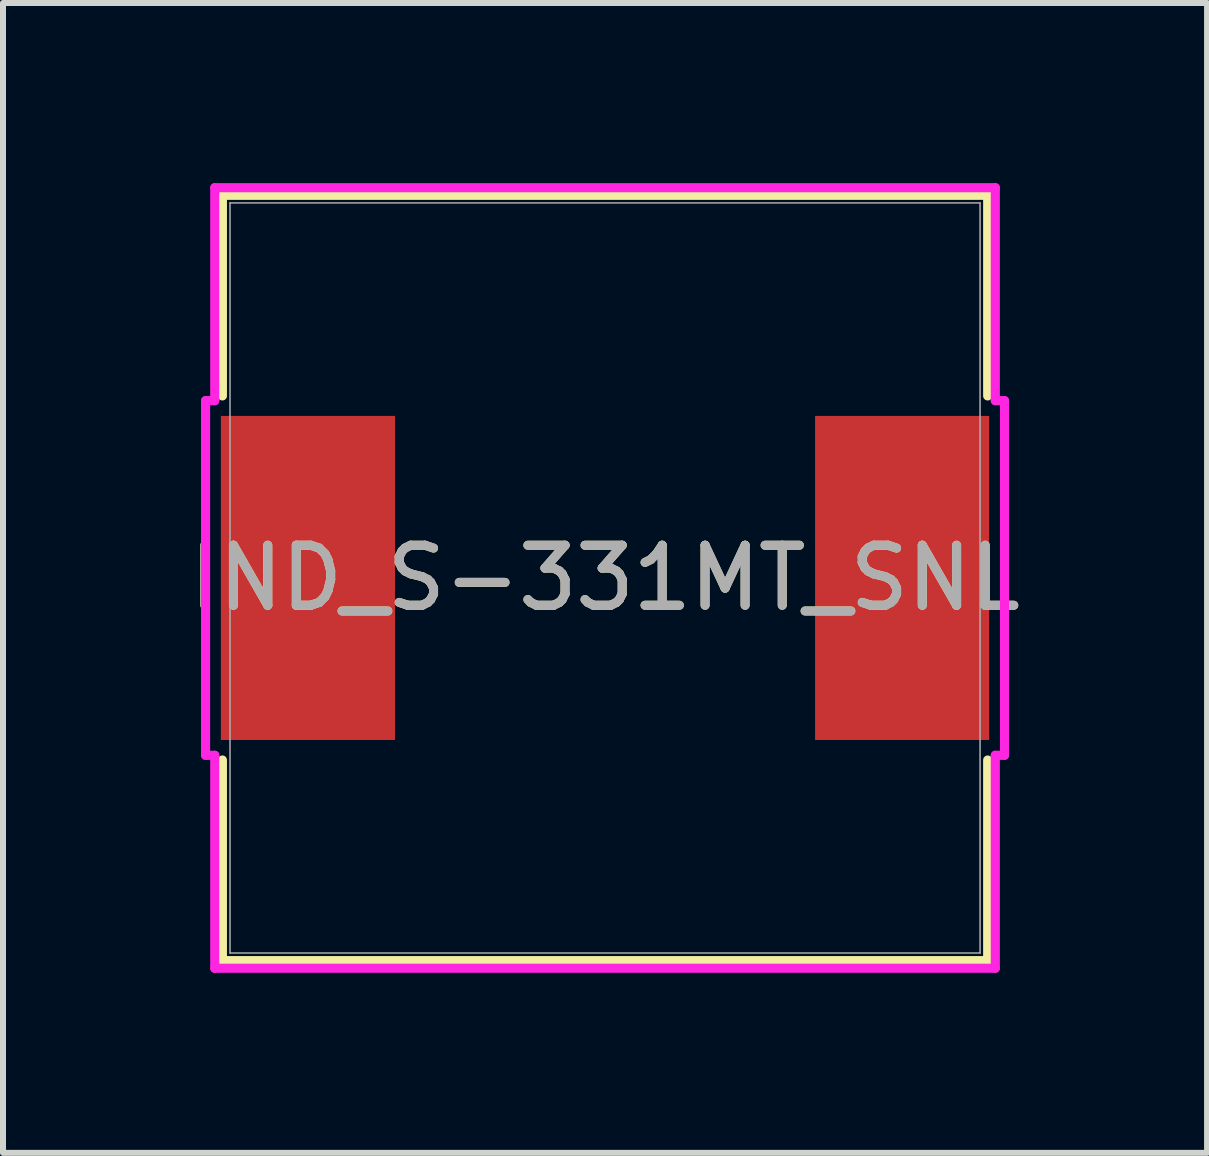
<source format=kicad_pcb>
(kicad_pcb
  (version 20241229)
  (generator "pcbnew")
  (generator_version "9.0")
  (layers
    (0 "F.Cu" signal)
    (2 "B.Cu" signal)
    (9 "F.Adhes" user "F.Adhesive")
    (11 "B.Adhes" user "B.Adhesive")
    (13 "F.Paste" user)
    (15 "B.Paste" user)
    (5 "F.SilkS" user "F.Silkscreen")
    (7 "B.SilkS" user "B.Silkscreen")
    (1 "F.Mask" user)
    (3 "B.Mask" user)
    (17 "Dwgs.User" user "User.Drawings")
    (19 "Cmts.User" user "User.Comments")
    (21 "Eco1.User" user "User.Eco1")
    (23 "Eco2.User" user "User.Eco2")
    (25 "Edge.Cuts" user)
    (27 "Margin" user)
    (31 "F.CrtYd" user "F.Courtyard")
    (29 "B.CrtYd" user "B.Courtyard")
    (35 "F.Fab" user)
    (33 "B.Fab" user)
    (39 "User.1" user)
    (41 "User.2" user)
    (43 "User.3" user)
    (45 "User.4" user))
  (footprint "IND_S-331MT_SNL"
    (layer "F.Cu")
    (at 7.03 6.579)
    (property "Reference" "IND_S-331MT_SNL" (at 0 0 0) (unlocked yes) (layer "F.SilkS") (effects (font (size 1 1) (thickness 0.15))))
    (attr smd)
    (fp_line (start -6.375 -6.375) (end -6.375 -3.033) (stroke (width 0.152) (type solid)) (layer "F.SilkS"))
    (fp_line (start -6.375 3.033) (end -6.375 6.375) (stroke (width 0.152) (type solid)) (layer "F.SilkS"))
    (fp_line (start -6.375 6.375) (end 6.375 6.375) (stroke (width 0.152) (type solid)) (layer "F.SilkS"))
    (fp_line (start 6.375 -6.375) (end -6.375 -6.375) (stroke (width 0.152) (type solid)) (layer "F.SilkS"))
    (fp_line (start 6.375 -3.033) (end 6.375 -6.375) (stroke (width 0.152) (type solid)) (layer "F.SilkS"))
    (fp_line (start 6.375 6.375) (end 6.375 3.033) (stroke (width 0.152) (type solid)) (layer "F.SilkS"))
    (fp_line (start -6.655 -2.954) (end -6.502 -2.954) (stroke (width 0.152) (type solid)) (layer "F.CrtYd"))
    (fp_line (start -6.655 2.954) (end -6.655 -2.954) (stroke (width 0.152) (type solid)) (layer "F.CrtYd"))
    (fp_line (start -6.502 -6.502) (end 6.502 -6.502) (stroke (width 0.152) (type solid)) (layer "F.CrtYd"))
    (fp_line (start -6.502 -2.954) (end -6.502 -6.502) (stroke (width 0.152) (type solid)) (layer "F.CrtYd"))
    (fp_line (start -6.502 2.954) (end -6.655 2.954) (stroke (width 0.152) (type solid)) (layer "F.CrtYd"))
    (fp_line (start -6.502 6.502) (end -6.502 2.954) (stroke (width 0.152) (type solid)) (layer "F.CrtYd"))
    (fp_line (start 6.502 -6.502) (end 6.502 -2.954) (stroke (width 0.152) (type solid)) (layer "F.CrtYd"))
    (fp_line (start 6.502 -2.954) (end 6.655 -2.954) (stroke (width 0.152) (type solid)) (layer "F.CrtYd"))
    (fp_line (start 6.502 2.954) (end 6.502 6.502) (stroke (width 0.152) (type solid)) (layer "F.CrtYd"))
    (fp_line (start 6.502 6.502) (end -6.502 6.502) (stroke (width 0.152) (type solid)) (layer "F.CrtYd"))
    (fp_line (start 6.655 -2.954) (end 6.655 2.954) (stroke (width 0.152) (type solid)) (layer "F.CrtYd"))
    (fp_line (start 6.655 2.954) (end 6.502 2.954) (stroke (width 0.152) (type solid)) (layer "F.CrtYd"))
    (fp_line (start -6.248 -6.248) (end -6.248 6.248) (stroke (width 0.025) (type solid)) (layer "F.Fab"))
    (fp_line (start -6.248 6.248) (end 6.248 6.248) (stroke (width 0.025) (type solid)) (layer "F.Fab"))
    (fp_line (start 6.248 -6.248) (end -6.248 -6.248) (stroke (width 0.025) (type solid)) (layer "F.Fab"))
    (fp_line (start 6.248 6.248) (end 6.248 -6.248) (stroke (width 0.025) (type solid)) (layer "F.Fab"))
    (fp_circle (center -6.172 0) (end -6.172 0) (stroke (width 0.025) (type solid)) (fill no) (layer "F.Fab"))
    (fp_text user "${REFERENCE}" (at 0 0 0) (unlocked yes) (layer "F.Fab") (effects (font (size 1 1) (thickness 0.15))))
    (pad "1" smd rect (at -4.95 0) (size 2.901 5.4) (layers "F.Cu" "F.Mask" "F.Paste"))
    (pad "2" smd rect (at 4.95 0) (size 2.901 5.4) (layers "F.Cu" "F.Mask" "F.Paste"))
    (zone (net_name "") (layer "F.Cu") (hatch full 0.508) (connect_pads) (min_thickness 0.254) (filled_areas_thickness no) (keepout (tracks not_allowed) (vias not_allowed) (pads allowed) (copperpour not_allowed) (footprints allowed)) (placement (enabled no)) (fill) (polygon (pts (xy 3.581 0.381) (xy 10.479 0.381) (xy 10.479 12.776) (xy 3.581 12.776)))))
  (gr_rect
    (start -3 -3)
    (end 17.06 16.157)
    (stroke (width 0.1) (type default))
    (fill no)
    (layer "Edge.Cuts")))
</source>
